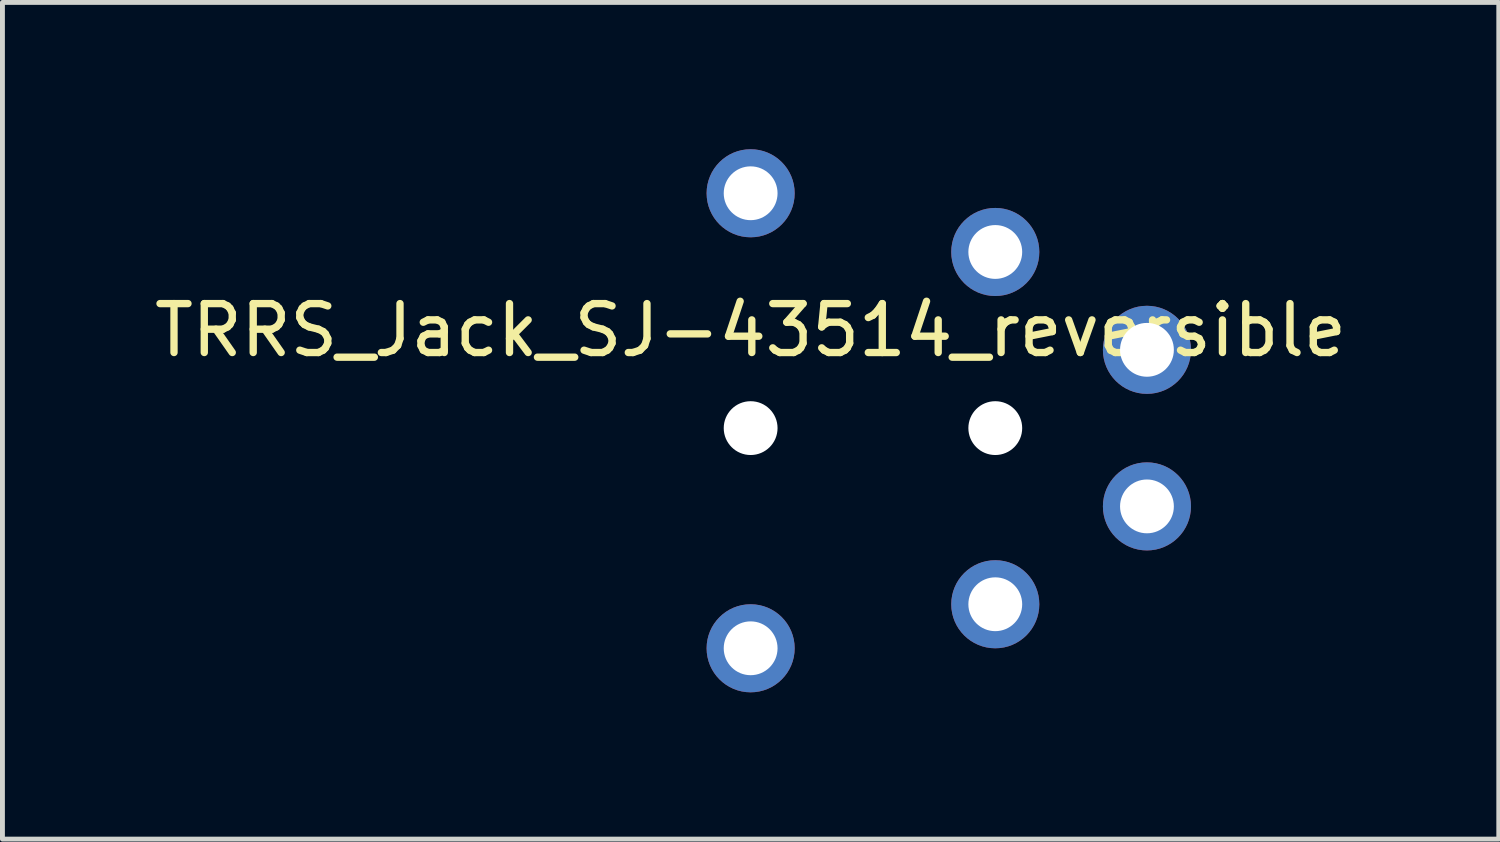
<source format=kicad_pcb>
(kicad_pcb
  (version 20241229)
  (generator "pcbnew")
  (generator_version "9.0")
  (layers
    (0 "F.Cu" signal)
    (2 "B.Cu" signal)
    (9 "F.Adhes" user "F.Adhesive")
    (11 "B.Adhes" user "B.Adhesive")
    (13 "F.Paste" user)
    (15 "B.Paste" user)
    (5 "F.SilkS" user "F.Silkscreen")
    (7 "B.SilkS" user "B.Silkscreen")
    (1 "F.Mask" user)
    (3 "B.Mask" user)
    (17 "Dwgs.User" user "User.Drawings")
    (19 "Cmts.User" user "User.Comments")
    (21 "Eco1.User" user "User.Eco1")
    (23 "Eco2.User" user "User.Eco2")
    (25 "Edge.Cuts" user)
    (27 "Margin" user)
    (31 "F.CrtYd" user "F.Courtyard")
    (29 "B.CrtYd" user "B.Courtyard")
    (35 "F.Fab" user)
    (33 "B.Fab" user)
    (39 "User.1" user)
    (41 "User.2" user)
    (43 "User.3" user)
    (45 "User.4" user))
  (footprint "TRRS_Jack_SJ-43514_reversible"
    (layer "F.Cu")
    (at 12.292 5.7)
    (property "Reference" "TRRS_Jack_SJ-43514_reversible" (at 0 -2 0) (layer "F.SilkS") (effects (font (size 1 1) (thickness 0.15))))
    (attr through_hole)
    (fp_line (start -6 -3) (end -6 3) (stroke (width 0.15) (type solid)) (layer "Eco1.User"))
    (fp_line (start -6 3) (end -3 3) (stroke (width 0.15) (type solid)) (layer "Eco1.User"))
    (fp_line (start -3 -3) (end -6 -3) (stroke (width 0.15) (type solid)) (layer "Eco1.User"))
    (fp_line (start -2.9 -4.8) (end -2.9 4.5) (stroke (width 0.15) (type solid)) (layer "Eco1.User"))
    (fp_line (start -2.9 -4.8) (end 9 -4.8) (stroke (width 0.15) (type solid)) (layer "Eco1.User"))
    (fp_line (start 9 -4.8) (end 9 4.5) (stroke (width 0.15) (type solid)) (layer "Eco1.User"))
    (fp_line (start 9 4.5) (end -2.9 4.5) (stroke (width 0.15) (type solid)) (layer "Eco1.User"))
    (pad "" np_thru_hole circle (at 0 0) (size 1.1 1.1) (drill 1.1) (layers "*.Cu" "*.Mask"))
    (pad "" np_thru_hole circle (at 5 0) (size 1.1 1.1) (drill 1.1) (layers "*.Cu" "*.Mask"))
    (pad "1" thru_hole circle (at 0 -4.8) (size 1.8 1.8) (drill 1.1) (layers "*.Cu" "*.Mask"))
    (pad "2" thru_hole circle (at 5 -3.6) (size 1.8 1.8) (drill 1.1) (layers "*.Cu" "*.Mask"))
    (pad "2" thru_hole circle (at 5 3.6) (size 1.8 1.8) (drill 1.1) (layers "*.Cu" "*.Mask"))
    (pad "3" thru_hole circle (at 8.1 -1.6) (size 1.8 1.8) (drill 1.1) (layers "*.Cu" "*.Mask"))
    (pad "3" thru_hole circle (at 8.1 1.6) (size 1.8 1.8) (drill 1.1) (layers "*.Cu" "*.Mask"))
    (pad "4" thru_hole circle (at 0 4.5) (size 1.8 1.8) (drill 1.1) (layers "*.Cu" "*.Mask")))
  (gr_rect
    (start -3 -3)
    (end 27.583 14.1)
    (stroke (width 0.1) (type default))
    (fill no)
    (layer "Edge.Cuts")))
</source>
